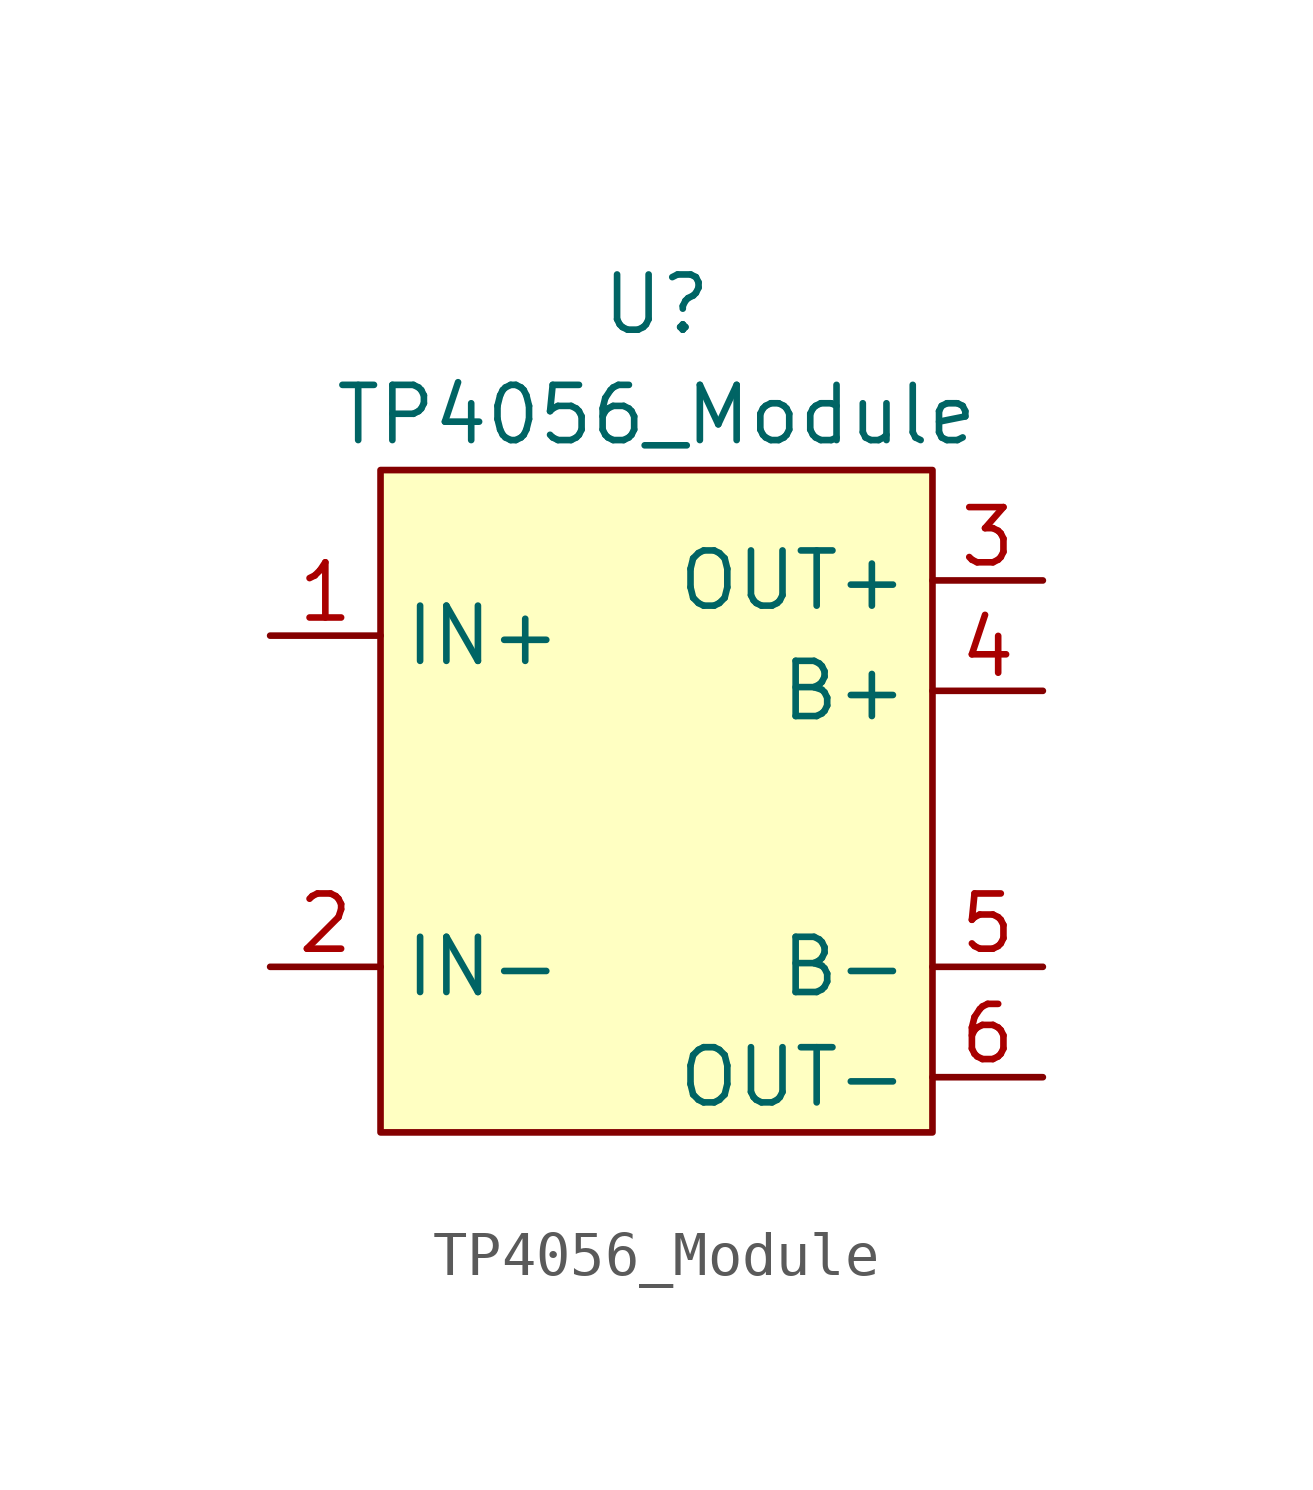
<source format=kicad_sym>
(kicad_symbol_lib
  (version 20211014)
  (generator kicad_symbol_editor)
  (symbol "TP4056_Module"
    (property "Reference" "U"
      (at 0 10.16 0)
      (effects (font (size 1.27 1.27))))
    (property "Value" "TP4056_Module"
      (at 0 7.62 0)
      (effects (font (size 1.27 1.27))))
    (symbol "TP4056_Module_0_1"
      (rectangle (start -6.35 6.35) (end 6.35 -8.89) (stroke (width 0) (type default) (color 0 0 0 0)) (fill (type background))))
    (symbol "TP4056_Module_1_1"
      (pin input line (at -8.89 2.54 0) (length 2.54) (name "IN+" (effects (font (size 1.27 1.27)))) (number "1" (effects (font (size 1.27 1.27)))))
      (pin input line (at -8.89 -5.08 0) (length 2.54) (name "IN-" (effects (font (size 1.27 1.27)))) (number "2" (effects (font (size 1.27 1.27)))))
      (pin input line (at 8.89 3.81 180) (length 2.54) (name "OUT+" (effects (font (size 1.27 1.27)))) (number "3" (effects (font (size 1.27 1.27)))))
      (pin input line (at 8.89 1.27 180) (length 2.54) (name "B+" (effects (font (size 1.27 1.27)))) (number "4" (effects (font (size 1.27 1.27)))))
      (pin input line (at 8.89 -5.08 180) (length 2.54) (name "B-" (effects (font (size 1.27 1.27)))) (number "5" (effects (font (size 1.27 1.27)))))
      (pin input line (at 8.89 -7.62 180) (length 2.54) (name "OUT-" (effects (font (size 1.27 1.27)))) (number "6" (effects (font (size 1.27 1.27))))))))
</source>
